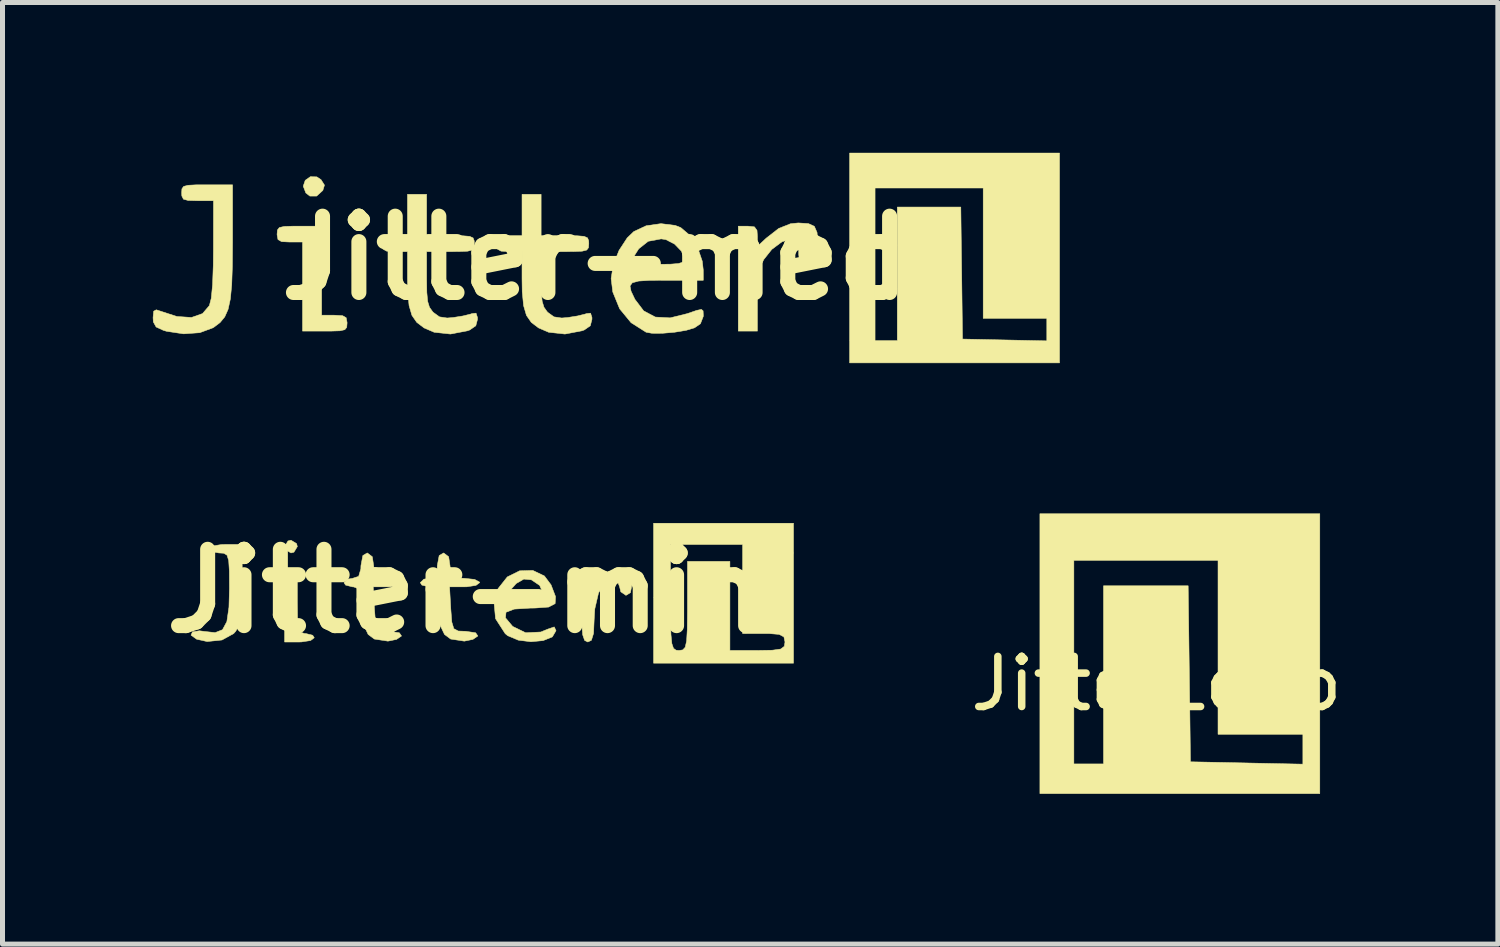
<source format=kicad_pcb>
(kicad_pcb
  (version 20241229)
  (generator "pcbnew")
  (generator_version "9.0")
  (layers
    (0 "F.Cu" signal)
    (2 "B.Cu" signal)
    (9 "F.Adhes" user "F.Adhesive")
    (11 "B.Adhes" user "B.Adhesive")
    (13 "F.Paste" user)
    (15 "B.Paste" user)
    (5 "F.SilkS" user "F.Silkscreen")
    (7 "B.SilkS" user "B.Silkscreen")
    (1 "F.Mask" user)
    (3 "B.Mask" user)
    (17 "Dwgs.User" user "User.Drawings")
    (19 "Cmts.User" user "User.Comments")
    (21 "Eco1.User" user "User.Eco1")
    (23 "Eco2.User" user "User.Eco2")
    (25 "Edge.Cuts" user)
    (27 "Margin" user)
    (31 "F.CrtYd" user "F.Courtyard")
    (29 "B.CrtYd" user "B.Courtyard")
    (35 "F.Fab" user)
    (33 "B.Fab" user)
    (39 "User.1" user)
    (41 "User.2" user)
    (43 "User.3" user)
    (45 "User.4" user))
  (footprint "Jitter-mini"
    (layer "F.Cu")
    (at 12.811 7.451)
    (property "Reference" "Jitter-mini" (at -6.2 1.3 0) (layer "F.SilkS") (effects (font (size 1.524 1.524) (thickness 0.3))))
    (attr exclude_from_pos_files exclude_from_bom)
    (fp_poly (pts (xy -9.94 0.352) (xy -9.925 0.411) (xy -9.993 0.523) (xy -10.052 0.538) (xy -10.165 0.47) (xy -10.179 0.411) (xy -10.112 0.299) (xy -10.052 0.284) (xy -9.94 0.352)) (stroke (width 0.01) (type solid)) (fill yes) (layer "F.SilkS"))
    (fp_poly (pts (xy -9.925 1.512) (xy -9.921 1.836) (xy -9.903 2.027) (xy -9.861 2.118) (xy -9.786 2.146) (xy -9.756 2.147) (xy -9.618 2.182) (xy -9.587 2.231) (xy -9.661 2.287) (xy -9.844 2.315) (xy -9.883 2.316) (xy -10.179 2.316) (xy -10.179 1.681) (xy -10.183 1.356) (xy -10.202 1.166) (xy -10.243 1.074) (xy -10.318 1.047) (xy -10.349 1.046) (xy -10.486 1.011) (xy -10.518 0.961) (xy -10.444 0.905) (xy -10.261 0.877) (xy -10.222 0.877) (xy -9.925 0.877) (xy -9.925 1.512)) (stroke (width 0.01) (type solid)) (fill yes) (layer "F.SilkS"))
    (fp_poly (pts (xy -11.026 1.173) (xy -11.031 1.563) (xy -11.049 1.822) (xy -11.089 1.989) (xy -11.156 2.103) (xy -11.195 2.147) (xy -11.429 2.276) (xy -11.725 2.307) (xy -11.936 2.26) (xy -12.047 2.18) (xy -12.018 2.114) (xy -11.88 2.092) (xy -11.785 2.105) (xy -11.566 2.129) (xy -11.419 2.071) (xy -11.332 1.909) (xy -11.29 1.621) (xy -11.28 1.247) (xy -11.282 0.902) (xy -11.295 0.692) (xy -11.328 0.584) (xy -11.393 0.544) (xy -11.492 0.538) (xy -11.651 0.509) (xy -11.703 0.453) (xy -11.628 0.4) (xy -11.441 0.371) (xy -11.365 0.369) (xy -11.026 0.369) (xy -11.026 1.173)) (stroke (width 0.01) (type solid)) (fill yes) (layer "F.SilkS"))
    (fp_poly (pts (xy -3.291 0.908) (xy -3.24 1.036) (xy -3.237 1.131) (xy -3.275 1.332) (xy -3.364 1.385) (xy -3.467 1.314) (xy -3.491 1.215) (xy -3.542 1.078) (xy -3.613 1.046) (xy -3.782 1.124) (xy -3.912 1.338) (xy -3.986 1.655) (xy -3.999 1.869) (xy -4.011 2.144) (xy -4.054 2.282) (xy -4.126 2.316) (xy -4.189 2.285) (xy -4.228 2.173) (xy -4.247 1.951) (xy -4.253 1.596) (xy -4.247 1.237) (xy -4.228 1.016) (xy -4.188 0.906) (xy -4.126 0.877) (xy -4.015 0.945) (xy -3.999 1.008) (xy -3.983 1.093) (xy -3.907 1.073) (xy -3.81 1.008) (xy -3.594 0.906) (xy -3.429 0.877) (xy -3.291 0.908)) (stroke (width 0.01) (type solid)) (fill yes) (layer "F.SilkS"))
    (fp_poly (pts (xy -0.019 2.739) (xy -2.813 2.739) (xy -2.813 0.369) (xy -2.475 0.369) (xy -2.475 1.427) (xy -2.473 1.866) (xy -2.466 2.164) (xy -2.448 2.347) (xy -2.415 2.443) (xy -2.363 2.48) (xy -2.305 2.485) (xy -2.23 2.474) (xy -2.181 2.421) (xy -2.153 2.295) (xy -2.14 2.067) (xy -2.136 1.708) (xy -2.136 1.596) (xy -2.136 0.707) (xy -1.289 0.707) (xy -1.289 2.485) (xy -0.739 2.485) (xy -0.441 2.48) (xy -0.275 2.457) (xy -0.203 2.403) (xy -0.189 2.316) (xy -0.211 2.214) (xy -0.306 2.164) (xy -0.514 2.147) (xy -0.612 2.147) (xy -1.035 2.147) (xy -1.035 0.369) (xy -2.475 0.369) (xy -2.813 0.369) (xy -2.813 -0.055) (xy -0.019 -0.055) (xy -0.019 2.739)) (stroke (width 0.01) (type solid)) (fill yes) (layer "F.SilkS"))
    (fp_poly (pts (xy -8.428 0.614) (xy -8.401 0.792) (xy -8.385 0.963) (xy -8.301 1.033) (xy -8.105 1.046) (xy -7.909 1.067) (xy -7.811 1.12) (xy -7.809 1.131) (xy -7.883 1.186) (xy -8.067 1.214) (xy -8.109 1.215) (xy -8.41 1.215) (xy -8.385 1.66) (xy -8.365 1.918) (xy -8.325 2.05) (xy -8.236 2.097) (xy -8.084 2.103) (xy -7.889 2.132) (xy -7.845 2.196) (xy -7.944 2.264) (xy -8.116 2.299) (xy -8.388 2.257) (xy -8.511 2.165) (xy -8.62 1.935) (xy -8.655 1.611) (xy -8.666 1.367) (xy -8.709 1.25) (xy -8.802 1.216) (xy -8.825 1.215) (xy -8.962 1.18) (xy -8.994 1.131) (xy -8.923 1.062) (xy -8.825 1.046) (xy -8.701 1.006) (xy -8.657 0.858) (xy -8.655 0.792) (xy -8.617 0.59) (xy -8.528 0.538) (xy -8.428 0.614)) (stroke (width 0.01) (type solid)) (fill yes) (layer "F.SilkS"))
    (fp_poly (pts (xy -6.904 0.614) (xy -6.877 0.792) (xy -6.861 0.963) (xy -6.777 1.033) (xy -6.581 1.046) (xy -6.385 1.067) (xy -6.287 1.12) (xy -6.285 1.131) (xy -6.359 1.186) (xy -6.543 1.214) (xy -6.585 1.215) (xy -6.886 1.215) (xy -6.861 1.66) (xy -6.841 1.918) (xy -6.801 2.05) (xy -6.712 2.097) (xy -6.56 2.103) (xy -6.365 2.132) (xy -6.321 2.196) (xy -6.42 2.264) (xy -6.592 2.299) (xy -6.864 2.257) (xy -6.987 2.165) (xy -7.096 1.935) (xy -7.131 1.611) (xy -7.142 1.367) (xy -7.185 1.25) (xy -7.278 1.216) (xy -7.301 1.215) (xy -7.438 1.18) (xy -7.47 1.131) (xy -7.399 1.062) (xy -7.301 1.046) (xy -7.177 1.006) (xy -7.133 0.858) (xy -7.131 0.792) (xy -7.093 0.59) (xy -7.004 0.538) (xy -6.904 0.614)) (stroke (width 0.01) (type solid)) (fill yes) (layer "F.SilkS"))
    (fp_poly (pts (xy -4.992 0.998) (xy -4.86 1.175) (xy -4.77 1.41) (xy -4.778 1.55) (xy -4.908 1.618) (xy -5.179 1.638) (xy -5.269 1.639) (xy -5.594 1.659) (xy -5.759 1.722) (xy -5.769 1.834) (xy -5.63 2) (xy -5.622 2.007) (xy -5.367 2.131) (xy -5.067 2.117) (xy -4.924 2.059) (xy -4.796 2.015) (xy -4.761 2.088) (xy -4.761 2.091) (xy -4.834 2.214) (xy -5.018 2.288) (xy -5.262 2.311) (xy -5.515 2.279) (xy -5.725 2.19) (xy -5.775 2.149) (xy -5.968 1.85) (xy -5.999 1.512) (xy -5.962 1.395) (xy -5.739 1.395) (xy -5.72 1.45) (xy -5.584 1.468) (xy -5.406 1.469) (xy -5.142 1.451) (xy -5.025 1.391) (xy -5.015 1.353) (xy -5.087 1.186) (xy -5.254 1.074) (xy -5.403 1.06) (xy -5.555 1.148) (xy -5.671 1.279) (xy -5.739 1.395) (xy -5.962 1.395) (xy -5.918 1.251) (xy -5.733 1.017) (xy -5.487 0.895) (xy -5.224 0.887) (xy -4.992 0.998)) (stroke (width 0.01) (type solid)) (fill yes) (layer "F.SilkS")))
  (footprint "JitterLogo"
    (layer "F.Cu")
    (at 20.038 10.1)
    (property "Reference" "JitterLogo" (at 0 0.5 0) (layer "F.SilkS") (effects (font (size 1 1) (thickness 0.15))))
    (attr through_hole)
    (fp_poly (pts (xy 3.261 2.694) (xy -2.327 2.694) (xy -2.327 -1.963) (xy -1.649 -1.963) (xy -1.649 2.101) (xy -1.057 2.101) (xy -1.057 -1.455) (xy 0.633 -1.455) (xy 0.656 0.302) (xy 0.679 2.059) (xy 2.923 2.106) (xy 2.923 1.509) (xy 1.229 1.509) (xy 1.229 -1.963) (xy -1.649 -1.963) (xy -2.327 -1.963) (xy -2.327 -2.894) (xy 3.261 -2.894) (xy 3.261 2.694)) (stroke (width 0.01) (type solid)) (fill yes) (layer "F.SilkS")))
  (footprint "Jitter-med"
    (layer "F.Cu")
    (at 8.832 2.1)
    (property "Reference" "Jitter-med" (at 0 0 0) (layer "F.SilkS") (effects (font (size 1.524 1.524) (thickness 0.3))))
    (attr exclude_from_pos_files exclude_from_bom allow_missing_courtyard)
    (fp_poly (pts (xy -5.557 -1.619) (xy -5.473 -1.563) (xy -5.404 -1.454) (xy -5.437 -1.348) (xy -5.56 -1.236) (xy -5.696 -1.236) (xy -5.776 -1.298) (xy -5.828 -1.433) (xy -5.788 -1.55) (xy -5.686 -1.622) (xy -5.557 -1.619)) (stroke (width 0.01) (type solid)) (fill yes) (layer "F.SilkS"))
    (fp_poly (pts (xy 9.271 2.095) (xy 5.08 2.095) (xy 5.08 -1.397) (xy 5.588 -1.397) (xy 5.588 1.651) (xy 6.032 1.651) (xy 6.032 -1.016) (xy 7.3 -1.016) (xy 7.317 0.302) (xy 7.334 1.619) (xy 9.017 1.655) (xy 9.017 1.206) (xy 7.747 1.206) (xy 7.747 -1.397) (xy 5.588 -1.397) (xy 5.08 -1.397) (xy 5.08 -2.095) (xy 9.271 -2.095) (xy 9.271 2.095)) (stroke (width 0.01) (type solid)) (fill yes) (layer "F.SilkS"))
    (fp_poly (pts (xy -5.461 1.143) (xy -5.207 1.143) (xy -5.043 1.152) (xy -4.971 1.193) (xy -4.953 1.288) (xy -4.953 1.302) (xy -4.96 1.385) (xy -4.998 1.432) (xy -5.095 1.454) (xy -5.279 1.46) (xy -5.397 1.46) (xy -5.842 1.46) (xy -5.842 -0.318) (xy -6.096 -0.318) (xy -6.26 -0.326) (xy -6.332 -0.367) (xy -6.35 -0.462) (xy -6.35 -0.476) (xy -6.343 -0.559) (xy -6.305 -0.607) (xy -6.208 -0.629) (xy -6.024 -0.635) (xy -5.905 -0.635) (xy -5.461 -0.635) (xy -5.461 1.143)) (stroke (width 0.01) (type solid)) (fill yes) (layer "F.SilkS"))
    (fp_poly (pts (xy 4.258 -0.686) (xy 4.376 -0.632) (xy 4.43 -0.508) (xy 4.445 -0.289) (xy 4.445 -0.247) (xy 4.442 -0.039) (xy 4.424 0.073) (xy 4.375 0.118) (xy 4.28 0.127) (xy 4.255 0.127) (xy 4.132 0.117) (xy 4.078 0.063) (xy 4.064 -0.072) (xy 4.064 -0.127) (xy 4.054 -0.293) (xy 4.011 -0.366) (xy 3.935 -0.381) (xy 3.731 -0.324) (xy 3.525 -0.17) (xy 3.367 0.03) (xy 3.304 0.155) (xy 3.265 0.305) (xy 3.245 0.512) (xy 3.239 0.81) (xy 3.239 0.849) (xy 3.239 1.46) (xy 2.857 1.46) (xy 2.857 -0.635) (xy 3.048 -0.635) (xy 3.18 -0.621) (xy 3.231 -0.551) (xy 3.239 -0.433) (xy 3.239 -0.23) (xy 3.413 -0.393) (xy 3.664 -0.589) (xy 3.9 -0.683) (xy 4.055 -0.699) (xy 4.258 -0.686)) (stroke (width 0.01) (type solid)) (fill yes) (layer "F.SilkS"))
    (fp_poly (pts (xy -7.239 -0.315) (xy -7.243 0.166) (xy -7.256 0.538) (xy -7.283 0.818) (xy -7.328 1.025) (xy -7.395 1.176) (xy -7.488 1.289) (xy -7.611 1.382) (xy -7.632 1.395) (xy -7.894 1.492) (xy -8.217 1.515) (xy -8.556 1.464) (xy -8.62 1.445) (xy -8.765 1.378) (xy -8.821 1.277) (xy -8.826 1.191) (xy -8.814 1.063) (xy -8.762 1.035) (xy -8.715 1.05) (xy -8.353 1.168) (xy -8.059 1.188) (xy -7.838 1.11) (xy -7.702 0.951) (xy -7.664 0.804) (xy -7.638 0.535) (xy -7.624 0.142) (xy -7.621 -0.175) (xy -7.62 -1.143) (xy -7.938 -1.143) (xy -8.126 -1.148) (xy -8.22 -1.174) (xy -8.252 -1.238) (xy -8.255 -1.302) (xy -8.25 -1.38) (xy -8.216 -1.428) (xy -8.129 -1.451) (xy -7.961 -1.46) (xy -7.747 -1.46) (xy -7.239 -1.46) (xy -7.239 -0.315)) (stroke (width 0.01) (type solid)) (fill yes) (layer "F.SilkS"))
    (fp_poly (pts (xy -3.365 -0.445) (xy -2.889 -0.445) (xy -2.647 -0.443) (xy -2.505 -0.431) (xy -2.437 -0.4) (xy -2.415 -0.342) (xy -2.413 -0.286) (xy -2.419 -0.205) (xy -2.455 -0.158) (xy -2.547 -0.135) (xy -2.722 -0.128) (xy -2.889 -0.127) (xy -3.365 -0.127) (xy -3.365 0.413) (xy -3.361 0.687) (xy -3.344 0.867) (xy -3.308 0.984) (xy -3.246 1.071) (xy -3.231 1.087) (xy -3.108 1.176) (xy -2.954 1.199) (xy -2.834 1.189) (xy -2.639 1.158) (xy -2.485 1.12) (xy -2.461 1.111) (xy -2.378 1.102) (xy -2.35 1.188) (xy -2.349 1.225) (xy -2.383 1.354) (xy -2.505 1.438) (xy -2.549 1.454) (xy -2.89 1.519) (xy -3.215 1.483) (xy -3.415 1.397) (xy -3.561 1.286) (xy -3.658 1.146) (xy -3.715 0.951) (xy -3.742 0.675) (xy -3.747 0.409) (xy -3.747 -0.127) (xy -4 -0.127) (xy -4.164 -0.136) (xy -4.237 -0.177) (xy -4.254 -0.272) (xy -4.255 -0.286) (xy -4.241 -0.388) (xy -4.175 -0.433) (xy -4.023 -0.444) (xy -4 -0.445) (xy -3.747 -0.445) (xy -3.747 -1.27) (xy -3.365 -1.27) (xy -3.365 -0.445)) (stroke (width 0.01) (type solid)) (fill yes) (layer "F.SilkS"))
    (fp_poly (pts (xy -1.079 -0.445) (xy -0.603 -0.445) (xy -0.361 -0.443) (xy -0.219 -0.431) (xy -0.151 -0.4) (xy -0.129 -0.342) (xy -0.127 -0.286) (xy -0.133 -0.205) (xy -0.169 -0.158) (xy -0.261 -0.135) (xy -0.436 -0.128) (xy -0.603 -0.127) (xy -1.079 -0.127) (xy -1.079 0.413) (xy -1.075 0.687) (xy -1.058 0.867) (xy -1.022 0.984) (xy -0.96 1.071) (xy -0.945 1.087) (xy -0.822 1.176) (xy -0.668 1.199) (xy -0.548 1.189) (xy -0.353 1.158) (xy -0.199 1.12) (xy -0.175 1.111) (xy -0.092 1.102) (xy -0.064 1.188) (xy -0.064 1.225) (xy -0.097 1.354) (xy -0.219 1.438) (xy -0.263 1.454) (xy -0.604 1.519) (xy -0.929 1.483) (xy -1.129 1.397) (xy -1.275 1.286) (xy -1.372 1.146) (xy -1.429 0.951) (xy -1.456 0.675) (xy -1.46 0.409) (xy -1.46 -0.127) (xy -1.714 -0.127) (xy -1.878 -0.136) (xy -1.951 -0.177) (xy -1.968 -0.272) (xy -1.968 -0.286) (xy -1.955 -0.388) (xy -1.889 -0.433) (xy -1.737 -0.444) (xy -1.714 -0.445) (xy -1.46 -0.445) (xy -1.46 -1.27) (xy -1.079 -1.27) (xy -1.079 -0.445)) (stroke (width 0.01) (type solid)) (fill yes) (layer "F.SilkS"))
    (fp_poly (pts (xy 1.597 -0.65) (xy 1.709 -0.606) (xy 1.893 -0.45) (xy 2.044 -0.212) (xy 2.138 0.064) (xy 2.158 0.238) (xy 2.159 0.445) (xy 1.429 0.445) (xy 1.093 0.447) (xy 0.869 0.461) (xy 0.742 0.495) (xy 0.696 0.559) (xy 0.716 0.662) (xy 0.787 0.812) (xy 0.793 0.825) (xy 0.969 1.057) (xy 1.202 1.18) (xy 1.497 1.196) (xy 1.841 1.111) (xy 2.026 1.047) (xy 2.121 1.027) (xy 2.155 1.056) (xy 2.159 1.139) (xy 2.159 1.165) (xy 2.102 1.313) (xy 1.984 1.394) (xy 1.815 1.445) (xy 1.584 1.483) (xy 1.34 1.504) (xy 1.13 1.503) (xy 1.016 1.482) (xy 0.717 1.292) (xy 0.489 1.015) (xy 0.352 0.679) (xy 0.319 0.41) (xy 0.362 0.137) (xy 0.366 0.127) (xy 0.695 0.127) (xy 1.237 0.127) (xy 1.503 0.124) (xy 1.665 0.111) (xy 1.749 0.084) (xy 1.777 0.038) (xy 1.778 0.02) (xy 1.723 -0.135) (xy 1.586 -0.277) (xy 1.411 -0.367) (xy 1.318 -0.381) (xy 1.059 -0.333) (xy 0.87 -0.183) (xy 0.793 -0.062) (xy 0.695 0.127) (xy 0.366 0.127) (xy 0.477 -0.151) (xy 0.64 -0.401) (xy 0.771 -0.527) (xy 1.019 -0.643) (xy 1.314 -0.685) (xy 1.597 -0.65)) (stroke (width 0.01) (type solid)) (fill yes) (layer "F.SilkS")))
  (gr_rect
    (start -3 -3)
    (end 26.854 15.799)
    (stroke (width 0.1) (type default))
    (fill no)
    (layer "Edge.Cuts")))
</source>
